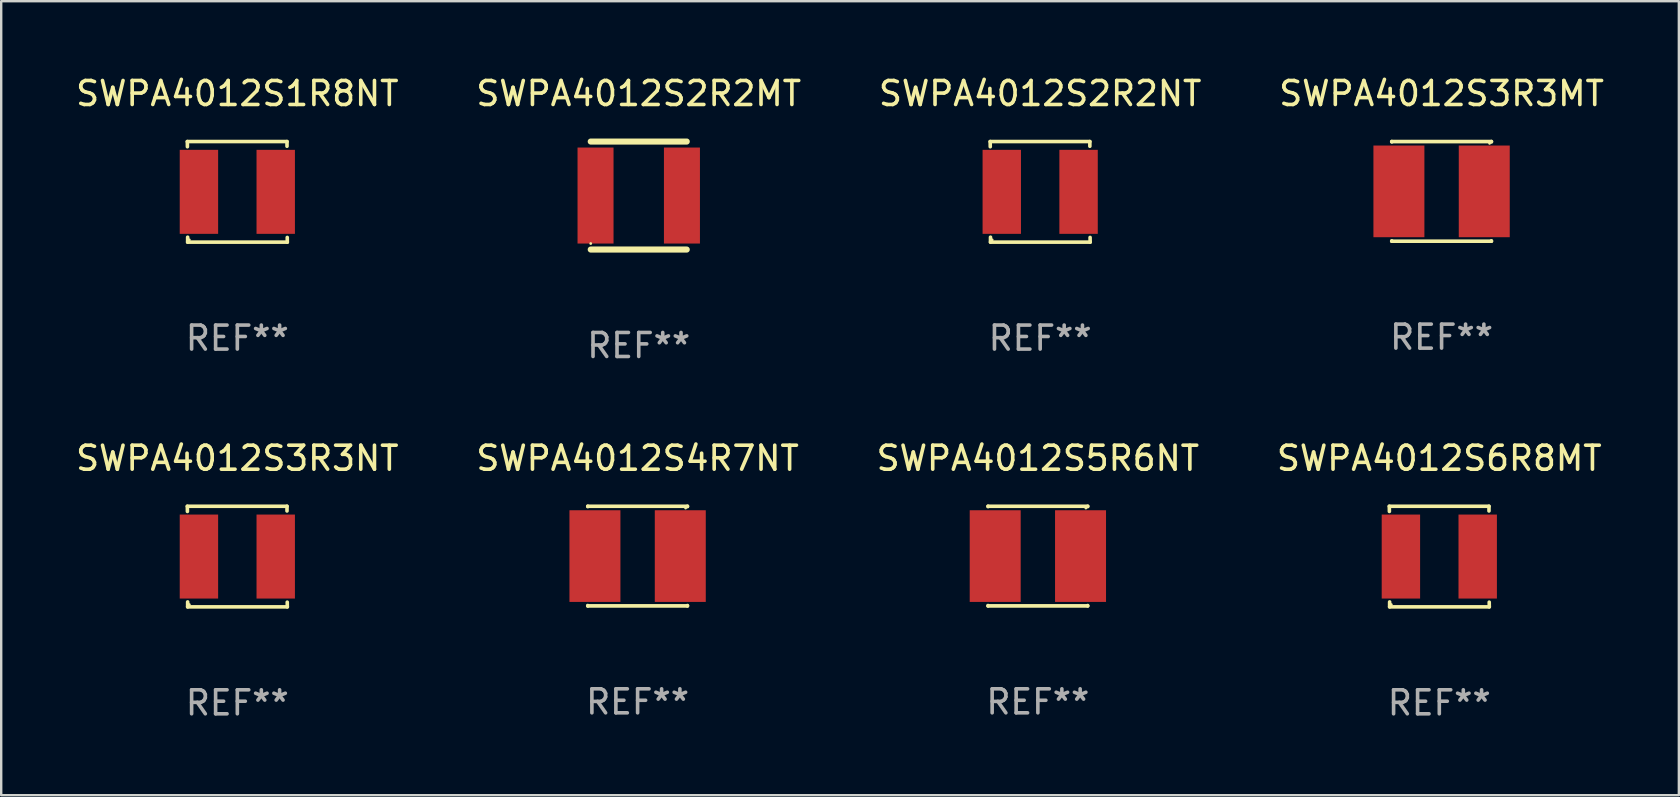
<source format=kicad_pcb>
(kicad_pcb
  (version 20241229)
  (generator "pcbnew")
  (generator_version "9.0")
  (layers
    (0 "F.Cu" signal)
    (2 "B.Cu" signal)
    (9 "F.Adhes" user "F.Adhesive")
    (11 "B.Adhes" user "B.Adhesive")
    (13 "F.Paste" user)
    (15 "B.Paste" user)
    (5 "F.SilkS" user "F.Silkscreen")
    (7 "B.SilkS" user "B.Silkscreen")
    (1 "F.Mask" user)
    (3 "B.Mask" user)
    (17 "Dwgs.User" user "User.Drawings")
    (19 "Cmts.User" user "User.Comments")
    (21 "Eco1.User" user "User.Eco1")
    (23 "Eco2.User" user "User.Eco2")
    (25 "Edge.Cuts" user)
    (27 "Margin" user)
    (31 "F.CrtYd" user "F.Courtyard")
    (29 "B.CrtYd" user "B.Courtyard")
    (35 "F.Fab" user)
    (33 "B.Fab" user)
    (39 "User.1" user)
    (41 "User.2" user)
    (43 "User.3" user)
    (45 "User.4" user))
  (footprint "SWPA4012S4R7NT"
    (layer "F.Cu")
    (at 23.518 20.121)
    (property "Reference" "SWPA4012S4R7NT" (at 0 -4.076 0) (layer "F.SilkS") (effects (font (size 1 1) (thickness 0.15))))
    (attr through_hole)
    (fp_line (start -2.076 -2.076) (end 2.076 -2.076) (stroke (width 0.152) (type solid)) (layer "F.SilkS"))
    (fp_line (start -2.076 -2.062) (end -2.076 -2.076) (stroke (width 0.152) (type solid)) (layer "F.SilkS"))
    (fp_line (start -2.076 2.062) (end -2.076 2.076) (stroke (width 0.152) (type solid)) (layer "F.SilkS"))
    (fp_line (start -2.076 2.076) (end 2.076 2.076) (stroke (width 0.152) (type solid)) (layer "F.SilkS"))
    (fp_line (start 2.076 -2.076) (end 2.076 -2.062) (stroke (width 0.152) (type solid)) (layer "F.SilkS"))
    (fp_line (start 2.076 2.076) (end 2.076 2.062) (stroke (width 0.152) (type solid)) (layer "F.SilkS"))
    (fp_circle (center 2 -2) (end 2.03 -2) (stroke (width 0.06) (type solid)) (fill no) (layer "F.SilkS"))
    (fp_text user "REF**" (at 0 6.076 0) (layer "F.Fab") (effects (font (size 1 1) (thickness 0.15))))
    (pad "1" smd rect (at 1.778 0) (size 2.124 3.82) (layers "F.Cu" "F.Mask" "F.Paste"))
    (pad "2" smd rect (at -1.778 0) (size 2.124 3.82) (layers "F.Cu" "F.Mask" "F.Paste")))
  (footprint "SWPA4012S6R8MT"
    (layer "F.Cu")
    (at 56.923 20.141)
    (property "Reference" "SWPA4012S6R8MT" (at 0 -4.096 0) (layer "F.SilkS") (effects (font (size 1 1) (thickness 0.15))))
    (attr through_hole)
    (fp_line (start -2.083 -2.096) (end -2.08 -1.88) (stroke (width 0.15) (type solid)) (layer "F.SilkS"))
    (fp_line (start -2.07 1.89) (end -2.07 2.096) (stroke (width 0.15) (type solid)) (layer "F.SilkS"))
    (fp_line (start -2.07 2.096) (end 2.083 2.096) (stroke (width 0.15) (type solid)) (layer "F.SilkS"))
    (fp_line (start 2.07 -1.9) (end 2.07 -2.096) (stroke (width 0.15) (type solid)) (layer "F.SilkS"))
    (fp_line (start 2.07 -2.096) (end -2.083 -2.096) (stroke (width 0.15) (type solid)) (layer "F.SilkS"))
    (fp_line (start 2.083 2.096) (end 2.08 1.9) (stroke (width 0.15) (type solid)) (layer "F.SilkS"))
    (fp_circle (center -2 2) (end -1.97 2) (stroke (width 0.06) (type solid)) (fill no) (layer "F.SilkS"))
    (fp_text user "REF**" (at 0 6.096 0) (layer "F.Fab") (effects (font (size 1 1) (thickness 0.15))))
    (pad "1" smd rect (at -1.6 -0.000343) (size 1.6 3.5) (layers "F.Cu" "F.Mask" "F.Paste"))
    (pad "2" smd rect (at 1.6 -0.000343) (size 1.6 3.5) (layers "F.Cu" "F.Mask" "F.Paste")))
  (footprint "SWPA4012S1R8NT"
    (layer "F.Cu")
    (at 6.839 4.944)
    (property "Reference" "SWPA4012S1R8NT" (at 0 -4.096 0) (layer "F.SilkS") (effects (font (size 1 1) (thickness 0.15))))
    (attr through_hole)
    (fp_line (start -2.083 -2.096) (end -2.08 -1.88) (stroke (width 0.15) (type solid)) (layer "F.SilkS"))
    (fp_line (start -2.07 1.89) (end -2.07 2.096) (stroke (width 0.15) (type solid)) (layer "F.SilkS"))
    (fp_line (start -2.07 2.096) (end 2.083 2.096) (stroke (width 0.15) (type solid)) (layer "F.SilkS"))
    (fp_line (start 2.07 -1.9) (end 2.07 -2.096) (stroke (width 0.15) (type solid)) (layer "F.SilkS"))
    (fp_line (start 2.07 -2.096) (end -2.083 -2.096) (stroke (width 0.15) (type solid)) (layer "F.SilkS"))
    (fp_line (start 2.083 2.096) (end 2.08 1.9) (stroke (width 0.15) (type solid)) (layer "F.SilkS"))
    (fp_circle (center -2 2) (end -1.97 2) (stroke (width 0.06) (type solid)) (fill no) (layer "F.SilkS"))
    (fp_text user "REF**" (at 0 6.096 0) (layer "F.Fab") (effects (font (size 1 1) (thickness 0.15))))
    (pad "1" smd rect (at -1.6 -0.000343) (size 1.6 3.5) (layers "F.Cu" "F.Mask" "F.Paste"))
    (pad "2" smd rect (at 1.6 -0.000343) (size 1.6 3.5) (layers "F.Cu" "F.Mask" "F.Paste")))
  (footprint "SWPA4012S5R6NT"
    (layer "F.Cu")
    (at 40.196 20.121)
    (property "Reference" "SWPA4012S5R6NT" (at 0 -4.076 0) (layer "F.SilkS") (effects (font (size 1 1) (thickness 0.15))))
    (attr through_hole)
    (fp_line (start -2.076 -2.076) (end 2.076 -2.076) (stroke (width 0.152) (type solid)) (layer "F.SilkS"))
    (fp_line (start -2.076 -2.062) (end -2.076 -2.076) (stroke (width 0.152) (type solid)) (layer "F.SilkS"))
    (fp_line (start -2.076 2.062) (end -2.076 2.076) (stroke (width 0.152) (type solid)) (layer "F.SilkS"))
    (fp_line (start -2.076 2.076) (end 2.076 2.076) (stroke (width 0.152) (type solid)) (layer "F.SilkS"))
    (fp_line (start 2.076 -2.076) (end 2.076 -2.062) (stroke (width 0.152) (type solid)) (layer "F.SilkS"))
    (fp_line (start 2.076 2.076) (end 2.076 2.062) (stroke (width 0.152) (type solid)) (layer "F.SilkS"))
    (fp_circle (center 2 -2) (end 2.03 -2) (stroke (width 0.06) (type solid)) (fill no) (layer "F.SilkS"))
    (fp_text user "REF**" (at 0 6.076 0) (layer "F.Fab") (effects (font (size 1 1) (thickness 0.15))))
    (pad "1" smd rect (at 1.778 0) (size 2.124 3.82) (layers "F.Cu" "F.Mask" "F.Paste"))
    (pad "2" smd rect (at -1.778 0) (size 2.124 3.82) (layers "F.Cu" "F.Mask" "F.Paste")))
  (footprint "SWPA4012S3R3NT"
    (layer "F.Cu")
    (at 6.839 20.141)
    (property "Reference" "SWPA4012S3R3NT" (at 0 -4.096 0) (layer "F.SilkS") (effects (font (size 1 1) (thickness 0.15))))
    (attr through_hole)
    (fp_line (start -2.083 -2.096) (end -2.08 -1.88) (stroke (width 0.15) (type solid)) (layer "F.SilkS"))
    (fp_line (start -2.07 1.89) (end -2.07 2.096) (stroke (width 0.15) (type solid)) (layer "F.SilkS"))
    (fp_line (start -2.07 2.096) (end 2.083 2.096) (stroke (width 0.15) (type solid)) (layer "F.SilkS"))
    (fp_line (start 2.07 -1.9) (end 2.07 -2.096) (stroke (width 0.15) (type solid)) (layer "F.SilkS"))
    (fp_line (start 2.07 -2.096) (end -2.083 -2.096) (stroke (width 0.15) (type solid)) (layer "F.SilkS"))
    (fp_line (start 2.083 2.096) (end 2.08 1.9) (stroke (width 0.15) (type solid)) (layer "F.SilkS"))
    (fp_circle (center -2 2) (end -1.97 2) (stroke (width 0.06) (type solid)) (fill no) (layer "F.SilkS"))
    (fp_text user "REF**" (at 0 6.096 0) (layer "F.Fab") (effects (font (size 1 1) (thickness 0.15))))
    (pad "1" smd rect (at -1.6 -0.000343) (size 1.6 3.5) (layers "F.Cu" "F.Mask" "F.Paste"))
    (pad "2" smd rect (at 1.6 -0.000343) (size 1.6 3.5) (layers "F.Cu" "F.Mask" "F.Paste")))
  (footprint "SWPA4012S2R2MT"
    (layer "F.Cu")
    (at 23.565 5.098)
    (property "Reference" "SWPA4012S2R2MT" (at 0 -4.25 0) (layer "F.SilkS") (effects (font (size 1 1) (thickness 0.15))))
    (attr through_hole)
    (fp_line (start -2 -2.25) (end 2 -2.25) (stroke (width 0.254) (type solid)) (layer "F.SilkS"))
    (fp_line (start -2 2.25) (end 2 2.25) (stroke (width 0.254) (type solid)) (layer "F.SilkS"))
    (fp_circle (center -2 2) (end -1.97 2) (stroke (width 0.06) (type solid)) (fill no) (layer "F.SilkS"))
    (fp_text user "REF**" (at 0 6.25 0) (layer "F.Fab") (effects (font (size 1 1) (thickness 0.15))))
    (pad "1" smd rect (at -1.8 0) (size 1.5 4) (layers "F.Cu" "F.Mask" "F.Paste"))
    (pad "2" smd rect (at 1.8 0) (size 1.5 4) (layers "F.Cu" "F.Mask" "F.Paste")))
  (footprint "SWPA4012S2R2NT"
    (layer "F.Cu")
    (at 40.292 4.944)
    (property "Reference" "SWPA4012S2R2NT" (at 0 -4.096 0) (layer "F.SilkS") (effects (font (size 1 1) (thickness 0.15))))
    (attr through_hole)
    (fp_line (start -2.083 -2.096) (end -2.08 -1.88) (stroke (width 0.15) (type solid)) (layer "F.SilkS"))
    (fp_line (start -2.07 1.89) (end -2.07 2.096) (stroke (width 0.15) (type solid)) (layer "F.SilkS"))
    (fp_line (start -2.07 2.096) (end 2.083 2.096) (stroke (width 0.15) (type solid)) (layer "F.SilkS"))
    (fp_line (start 2.07 -1.9) (end 2.07 -2.096) (stroke (width 0.15) (type solid)) (layer "F.SilkS"))
    (fp_line (start 2.07 -2.096) (end -2.083 -2.096) (stroke (width 0.15) (type solid)) (layer "F.SilkS"))
    (fp_line (start 2.083 2.096) (end 2.08 1.9) (stroke (width 0.15) (type solid)) (layer "F.SilkS"))
    (fp_circle (center -2 2) (end -1.97 2) (stroke (width 0.06) (type solid)) (fill no) (layer "F.SilkS"))
    (fp_text user "REF**" (at 0 6.096 0) (layer "F.Fab") (effects (font (size 1 1) (thickness 0.15))))
    (pad "1" smd rect (at -1.6 -0.000343) (size 1.6 3.5) (layers "F.Cu" "F.Mask" "F.Paste"))
    (pad "2" smd rect (at 1.6 -0.000343) (size 1.6 3.5) (layers "F.Cu" "F.Mask" "F.Paste")))
  (footprint "SWPA4012S3R3MT"
    (layer "F.Cu")
    (at 57.018 4.924)
    (property "Reference" "SWPA4012S3R3MT" (at 0 -4.076 0) (layer "F.SilkS") (effects (font (size 1 1) (thickness 0.15))))
    (attr through_hole)
    (fp_line (start -2.076 -2.076) (end 2.076 -2.076) (stroke (width 0.152) (type solid)) (layer "F.SilkS"))
    (fp_line (start -2.076 -2.062) (end -2.076 -2.076) (stroke (width 0.152) (type solid)) (layer "F.SilkS"))
    (fp_line (start -2.076 2.062) (end -2.076 2.076) (stroke (width 0.152) (type solid)) (layer "F.SilkS"))
    (fp_line (start -2.076 2.076) (end 2.076 2.076) (stroke (width 0.152) (type solid)) (layer "F.SilkS"))
    (fp_line (start 2.076 -2.076) (end 2.076 -2.062) (stroke (width 0.152) (type solid)) (layer "F.SilkS"))
    (fp_line (start 2.076 2.076) (end 2.076 2.062) (stroke (width 0.152) (type solid)) (layer "F.SilkS"))
    (fp_circle (center 2 -2) (end 2.03 -2) (stroke (width 0.06) (type solid)) (fill no) (layer "F.SilkS"))
    (fp_text user "REF**" (at 0 6.076 0) (layer "F.Fab") (effects (font (size 1 1) (thickness 0.15))))
    (pad "1" smd rect (at 1.778 0) (size 2.124 3.82) (layers "F.Cu" "F.Mask" "F.Paste"))
    (pad "2" smd rect (at -1.778 0) (size 2.124 3.82) (layers "F.Cu" "F.Mask" "F.Paste")))
  (gr_rect
    (start -3 -3)
    (end 66.905 30.085)
    (stroke (width 0.1) (type default))
    (fill no)
    (layer "Edge.Cuts")))
</source>
